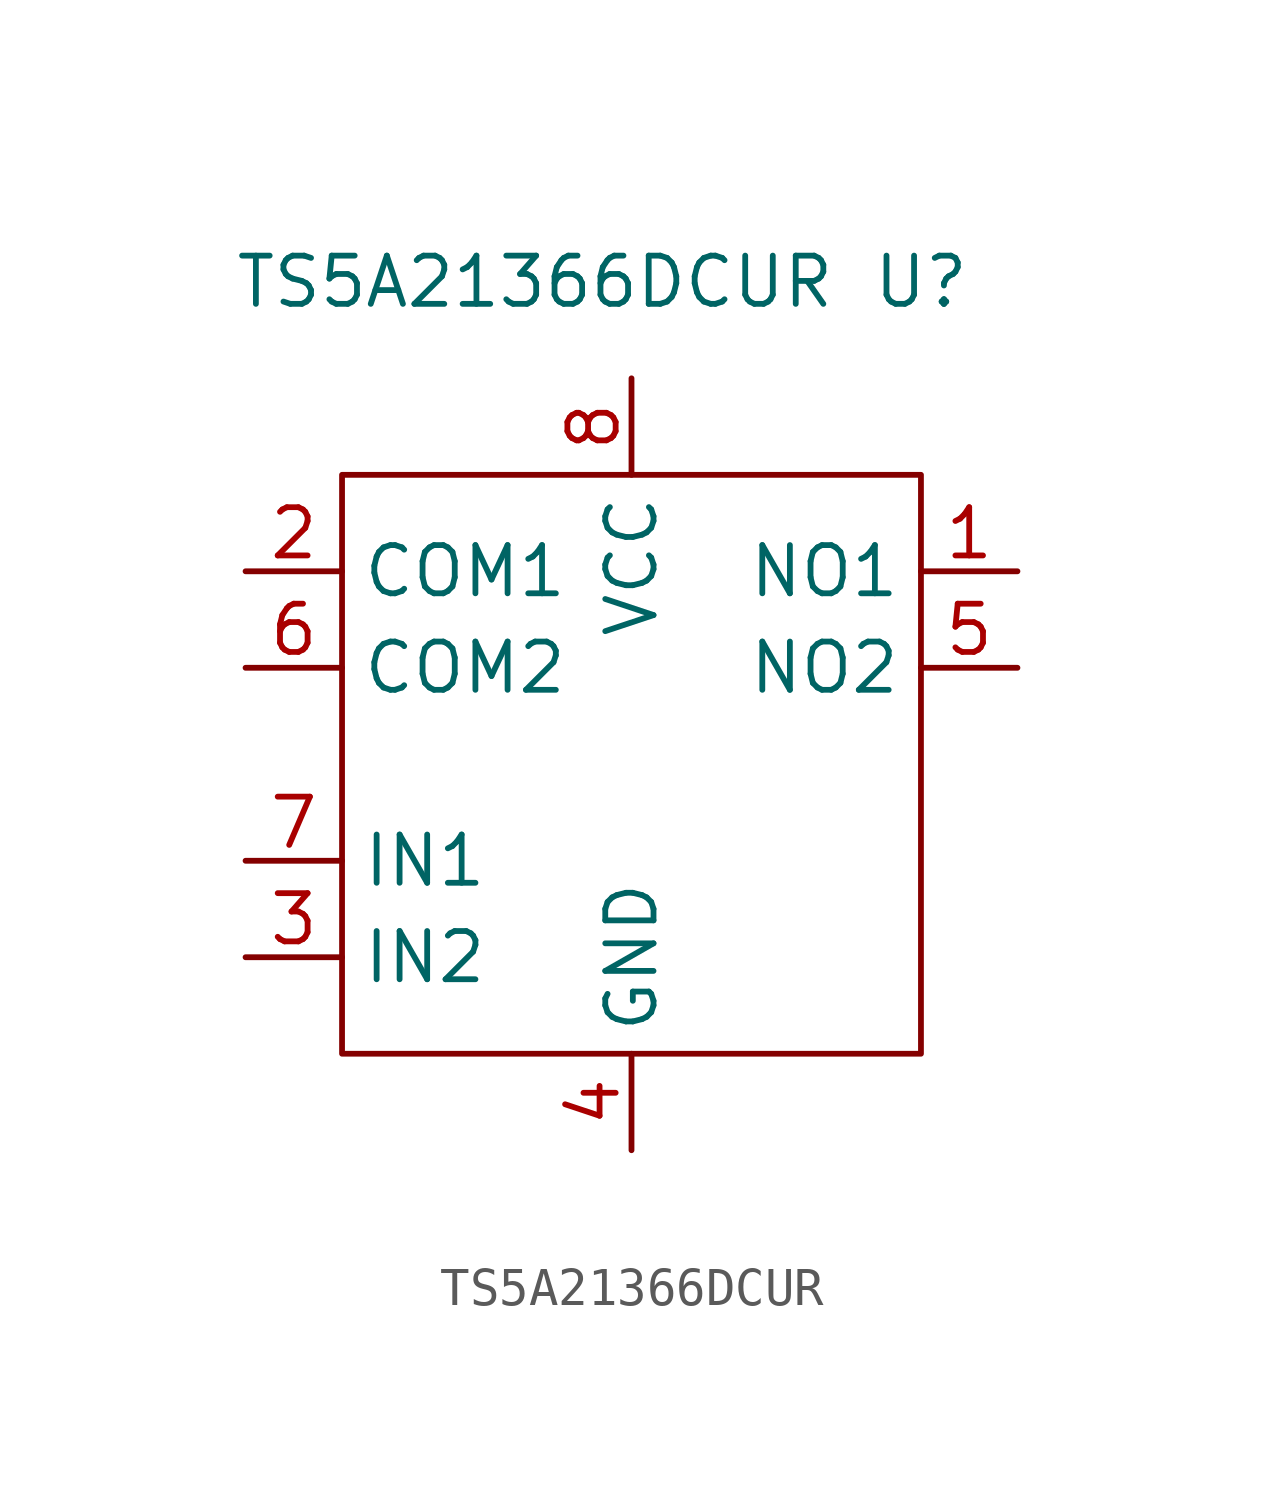
<source format=kicad_sym>
(kicad_symbol_lib
  (version 20220914)
  (generator kicad_symbol_editor)
  (symbol "TS5A21366DCUR"
    (property "Reference" "U"
      (at 7.62 12.7 0)
      (effects (font (size 1.27 1.27))))
    (property "Value" "TS5A21366DCUR"
      (at -2.54 12.7 0)
      (effects (font (size 1.27 1.27))))
    (symbol "TS5A21366DCUR_0_1"
      (rectangle (start -7.62 7.62) (end 7.62 -7.62) (stroke (width 0.152) (type default)) (fill (type none))))
    (symbol "TS5A21366DCUR_1_1"
      (pin bidirectional line (at 10.16 5.08 180) (length 2.54) (name "NO1" (effects (font (size 1.27 1.27)))) (number "1" (effects (font (size 1.27 1.27)))))
      (pin bidirectional line (at -10.16 5.08 0) (length 2.54) (name "COM1" (effects (font (size 1.27 1.27)))) (number "2" (effects (font (size 1.27 1.27)))))
      (pin bidirectional line (at -10.16 -5.08 0) (length 2.54) (name "IN2" (effects (font (size 1.27 1.27)))) (number "3" (effects (font (size 1.27 1.27)))))
      (pin power_in line (at 0 -10.16 90) (length 2.54) (name "GND" (effects (font (size 1.27 1.27)))) (number "4" (effects (font (size 1.27 1.27)))))
      (pin bidirectional line (at 10.16 2.54 180) (length 2.54) (name "NO2" (effects (font (size 1.27 1.27)))) (number "5" (effects (font (size 1.27 1.27)))))
      (pin bidirectional line (at -10.16 2.54 0) (length 2.54) (name "COM2" (effects (font (size 1.27 1.27)))) (number "6" (effects (font (size 1.27 1.27)))))
      (pin bidirectional line (at -10.16 -2.54 0) (length 2.54) (name "IN1" (effects (font (size 1.27 1.27)))) (number "7" (effects (font (size 1.27 1.27)))))
      (pin power_in line (at 0 10.16 270) (length 2.54) (name "VCC" (effects (font (size 1.27 1.27)))) (number "8" (effects (font (size 1.27 1.27))))))))
</source>
